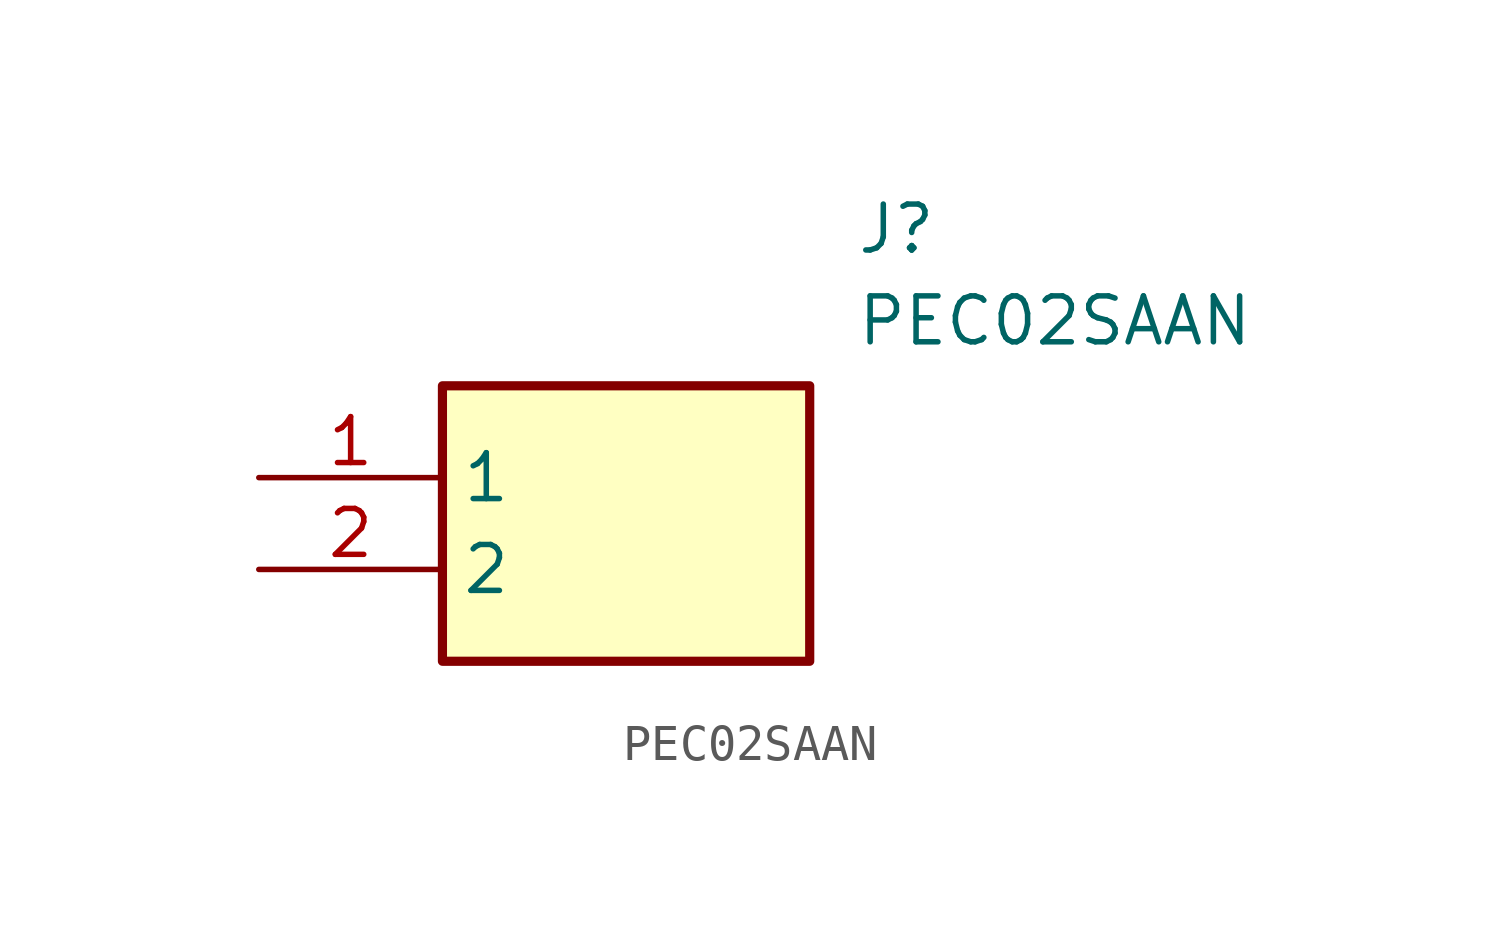
<source format=kicad_sym>
(kicad_symbol_lib
  (version 20211014)
  (generator SamacSys_ECAD_Model)
  (symbol "PEC02SAAN"
    (property "Reference" "J"
      (at 16.51 7.62 0)
      (effects (font (size 1.27 1.27)) (justify left top)))
    (property "Value" "PEC02SAAN"
      (at 16.51 5.08 0)
      (effects (font (size 1.27 1.27)) (justify left top)))
    (rectangle
      (start 5.08 2.54)
      (end 15.24 -5.08)
      (stroke (width 0.254) (type default))
      (fill (type background)))
    (pin passive line
      (at 0 0 0)
      (length 5.08)
      (name "1" (effects (font (size 1.27 1.27))))
      (number "1" (effects (font (size 1.27 1.27)))))
    (pin passive line
      (at 0 -2.54 0)
      (length 5.08)
      (name "2" (effects (font (size 1.27 1.27))))
      (number "2" (effects (font (size 1.27 1.27)))))))
</source>
